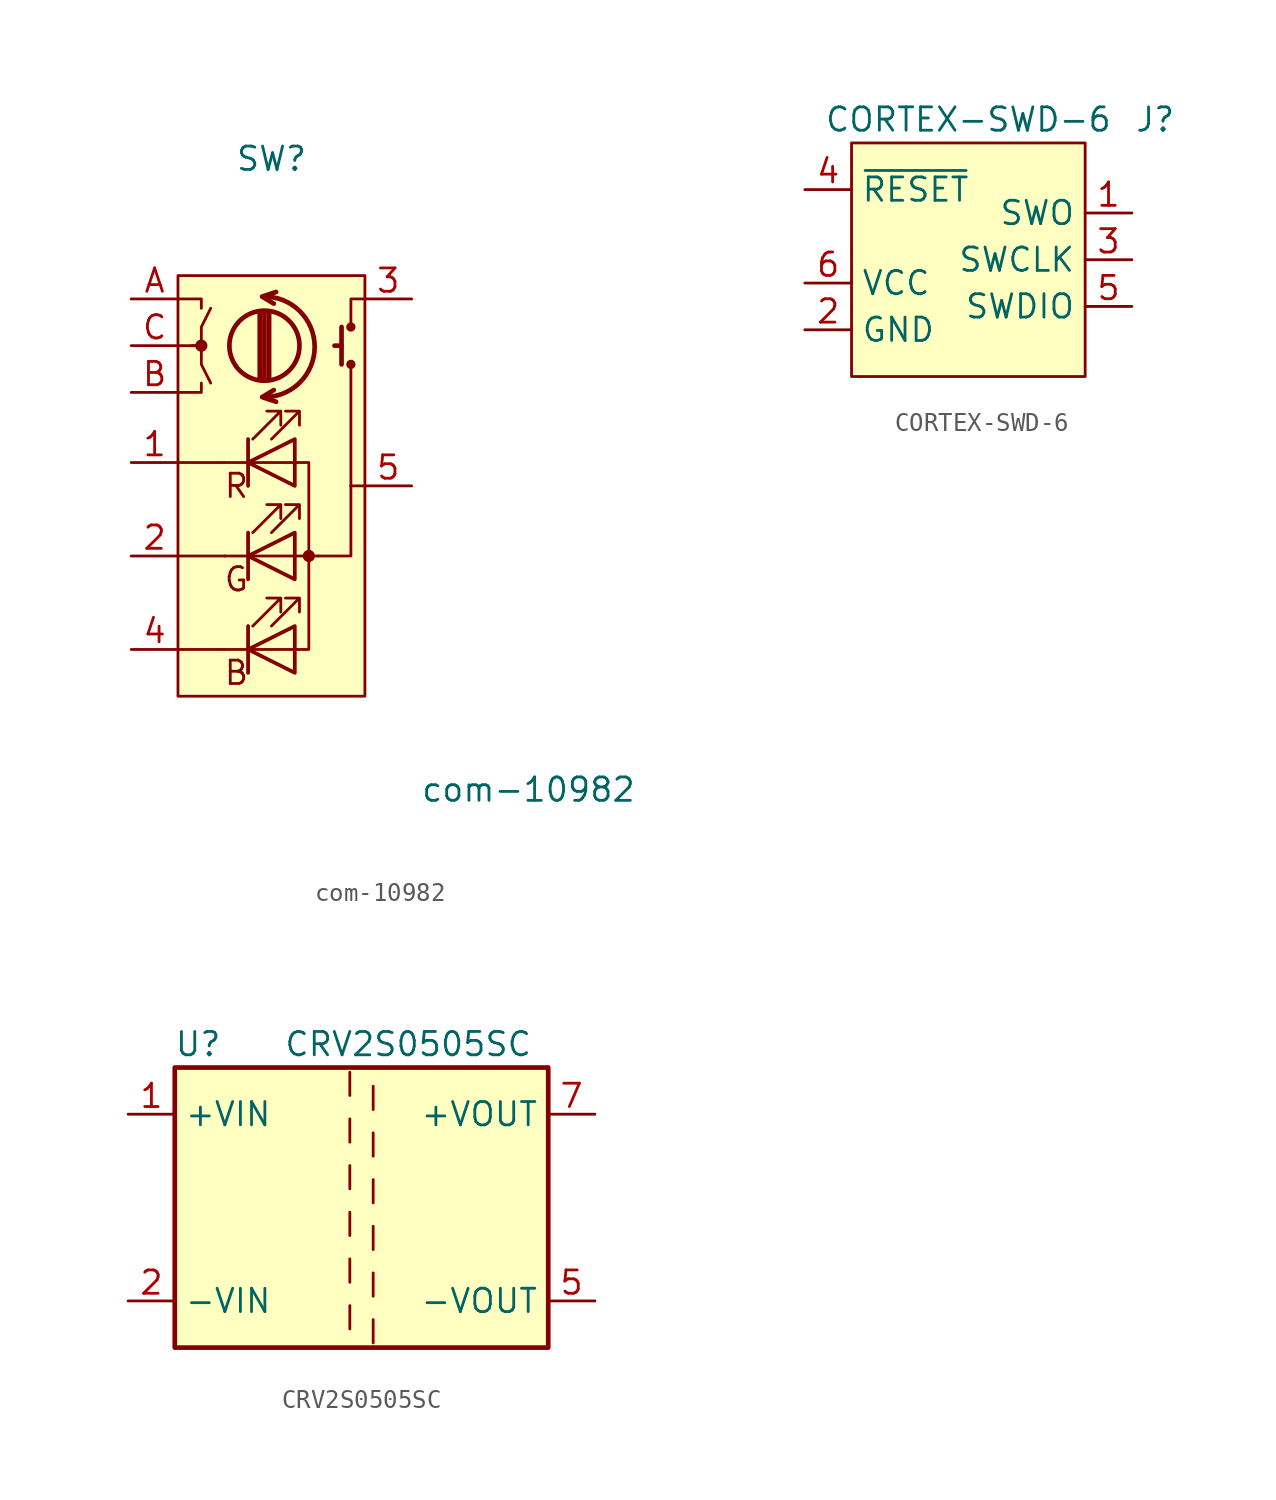
<source format=kicad_sym>
(kicad_symbol_lib
  (version 20211014)
  (generator kicad_symbol_editor)
  (symbol "ownLib:com-10982"
    (pin_names
      (offset 1.016) hide)
    (property "Reference" "SW"
      (at 0 10.16 0)
      (effects (font (size 1.27 1.27))))
    (property "Value" "com-10982"
      (at 13.97 -24.13 0)
      (effects (font (size 1.27 1.27))))
    (symbol "com-10982_0_1"
      (polyline (pts (xy -5.08 -16.51) (xy -2.54 -16.51)) (stroke (width 0) (type default) (color 0 0 0 0)) (fill (type none)))
      (polyline (pts (xy -5.08 -11.43) (xy -2.54 -11.43)) (stroke (width 0) (type default) (color 0 0 0 0)) (fill (type none)))
      (polyline (pts (xy -5.08 -6.35) (xy -2.54 -6.35)) (stroke (width 0) (type default) (color 0 0 0 0)) (fill (type none)))
      (polyline (pts (xy 4.318 -1.016) (xy 4.318 -7.62)) (stroke (width 0) (type default) (color 0 0 0 0)) (fill (type none)))
      (polyline (pts (xy 5.08 -7.62) (xy 4.318 -7.62)) (stroke (width 0) (type default) (color 0 0 0 0)) (fill (type none)))
      (polyline (pts (xy 2.54 -11.43) (xy 4.318 -11.43) (xy 4.318 -7.62)) (stroke (width 0) (type default) (color 0 0 0 0)) (fill (type none)))
      (rectangle (start 5.08 3.81) (end -5.08 -19.05) (stroke (width 0) (type default) (color 0 0 0 0)) (fill (type background))))
    (symbol "com-10982_1_1"
      (circle (center -3.81 0) (radius 0.254) (stroke (width 0) (type default) (color 0 0 0 0)) (fill (type outline)))
      (arc (start -0.381 -2.794) (mid 2.3622 -0.0635) (end -0.381 2.667) (stroke (width 0.254) (type default) (color 0 0 0 0)) (fill (type none)))
      (circle (center -0.381 0) (radius 1.905) (stroke (width 0.254) (type default) (color 0 0 0 0)) (fill (type none)))
      (polyline (pts (xy -2.54 -16.51) (xy 1.27 -16.51)) (stroke (width 0) (type default) (color 0 0 0 0)) (fill (type none)))
      (polyline (pts (xy -1.27 -15.24) (xy -1.27 -17.78)) (stroke (width 0.203) (type default) (color 0 0 0 0)) (fill (type none)))
      (polyline (pts (xy -1.27 -10.16) (xy -1.27 -12.7)) (stroke (width 0.203) (type default) (color 0 0 0 0)) (fill (type none)))
      (polyline (pts (xy -1.27 -5.08) (xy -1.27 -7.62)) (stroke (width 0.203) (type default) (color 0 0 0 0)) (fill (type none)))
      (polyline (pts (xy -0.635 -1.778) (xy -0.635 1.778)) (stroke (width 0.254) (type default) (color 0 0 0 0)) (fill (type none)))
      (polyline (pts (xy -0.381 -1.778) (xy -0.381 1.778)) (stroke (width 0.254) (type default) (color 0 0 0 0)) (fill (type none)))
      (polyline (pts (xy -0.127 1.778) (xy -0.127 -1.778)) (stroke (width 0.254) (type default) (color 0 0 0 0)) (fill (type none)))
      (polyline (pts (xy 1.27 -6.35) (xy -2.54 -6.35)) (stroke (width 0) (type default) (color 0 0 0 0)) (fill (type none)))
      (polyline (pts (xy 2.54 -11.43) (xy -2.54 -11.43)) (stroke (width 0) (type default) (color 0 0 0 0)) (fill (type none)))
      (polyline (pts (xy 3.81 0) (xy 3.429 0)) (stroke (width 0.254) (type default) (color 0 0 0 0)) (fill (type none)))
      (polyline (pts (xy 3.81 1.016) (xy 3.81 -1.016)) (stroke (width 0.254) (type default) (color 0 0 0 0)) (fill (type none)))
      (polyline (pts (xy -5.08 -2.54) (xy -3.81 -2.54) (xy -3.81 -2.032)) (stroke (width 0) (type default) (color 0 0 0 0)) (fill (type none)))
      (polyline (pts (xy -5.08 2.54) (xy -3.81 2.54) (xy -3.81 2.032)) (stroke (width 0) (type default) (color 0 0 0 0)) (fill (type none)))
      (polyline (pts (xy 0.254 -3.048) (xy -0.508 -2.794) (xy 0.127 -2.413)) (stroke (width 0.254) (type default) (color 0 0 0 0)) (fill (type none)))
      (polyline (pts (xy 0.254 2.921) (xy -0.508 2.667) (xy 0.127 2.286)) (stroke (width 0.254) (type default) (color 0 0 0 0)) (fill (type none)))
      (polyline (pts (xy 5.08 2.54) (xy 4.318 2.54) (xy 4.318 1.016)) (stroke (width 0) (type default) (color 0 0 0 0)) (fill (type none)))
      (polyline (pts (xy -5.08 0) (xy -3.81 0) (xy -3.81 -1.016) (xy -3.302 -2.032)) (stroke (width 0) (type default) (color 0 0 0 0)) (fill (type none)))
      (polyline (pts (xy -4.318 0) (xy -3.81 0) (xy -3.81 1.016) (xy -3.302 2.032)) (stroke (width 0) (type default) (color 0 0 0 0)) (fill (type none)))
      (polyline (pts (xy 1.27 -16.51) (xy 2.032 -16.51) (xy 2.032 -6.35) (xy 1.27 -6.35)) (stroke (width 0) (type default) (color 0 0 0 0)) (fill (type none)))
      (polyline (pts (xy 1.27 -15.24) (xy 1.27 -17.78) (xy -1.27 -16.51) (xy 1.27 -15.24)) (stroke (width 0.203) (type default) (color 0 0 0 0)) (fill (type none)))
      (polyline (pts (xy 1.27 -10.16) (xy 1.27 -12.7) (xy -1.27 -11.43) (xy 1.27 -10.16)) (stroke (width 0.203) (type default) (color 0 0 0 0)) (fill (type none)))
      (polyline (pts (xy 1.27 -5.08) (xy 1.27 -7.62) (xy -1.27 -6.35) (xy 1.27 -5.08)) (stroke (width 0.203) (type default) (color 0 0 0 0)) (fill (type none)))
      (polyline (pts (xy -1.016 -15.24) (xy 0.508 -13.716) (xy -0.254 -13.716) (xy 0.508 -13.716) (xy 0.508 -14.478)) (stroke (width 0) (type default) (color 0 0 0 0)) (fill (type none)))
      (polyline (pts (xy -1.016 -10.16) (xy 0.508 -8.636) (xy -0.254 -8.636) (xy 0.508 -8.636) (xy 0.508 -9.398)) (stroke (width 0) (type default) (color 0 0 0 0)) (fill (type none)))
      (polyline (pts (xy -1.016 -5.08) (xy 0.508 -3.556) (xy -0.254 -3.556) (xy 0.508 -3.556) (xy 0.508 -4.318)) (stroke (width 0) (type default) (color 0 0 0 0)) (fill (type none)))
      (polyline (pts (xy 0 -15.24) (xy 1.524 -13.716) (xy 0.762 -13.716) (xy 1.524 -13.716) (xy 1.524 -14.478)) (stroke (width 0) (type default) (color 0 0 0 0)) (fill (type none)))
      (polyline (pts (xy 0 -10.16) (xy 1.524 -8.636) (xy 0.762 -8.636) (xy 1.524 -8.636) (xy 1.524 -9.398)) (stroke (width 0) (type default) (color 0 0 0 0)) (fill (type none)))
      (polyline (pts (xy 0 -5.08) (xy 1.524 -3.556) (xy 0.762 -3.556) (xy 1.524 -3.556) (xy 1.524 -4.318)) (stroke (width 0) (type default) (color 0 0 0 0)) (fill (type none)))
      (rectangle (start 1.27 -5.08) (end 1.27 -5.08) (stroke (width 0) (type default) (color 0 0 0 0)) (fill (type none)))
      (circle (center 2.032 -11.43) (radius 0.254) (stroke (width 0) (type default) (color 0 0 0 0)) (fill (type outline)))
      (circle (center 4.318 -1.016) (radius 0.127) (stroke (width 0.254) (type default) (color 0 0 0 0)) (fill (type none)))
      (circle (center 4.318 1.016) (radius 0.127) (stroke (width 0.254) (type default) (color 0 0 0 0)) (fill (type none)))
      (text "B" (at -1.905 -17.78 0) (effects (font (size 1.27 1.27))))
      (text "G" (at -1.905 -12.7 0) (effects (font (size 1.27 1.27))))
      (text "R" (at -1.905 -7.62 0) (effects (font (size 1.27 1.27))))
      (pin passive line (at -7.62 -6.35 0) (length 2.54) (name "R" (effects (font (size 1.27 1.27)))) (number "1" (effects (font (size 1.27 1.27)))))
      (pin passive line (at -7.62 -11.43 0) (length 2.54) (name "G" (effects (font (size 1.27 1.27)))) (number "2" (effects (font (size 1.27 1.27)))))
      (pin passive line (at 7.62 2.54 180) (length 2.54) (name "SW" (effects (font (size 1.27 1.27)))) (number "3" (effects (font (size 1.27 1.27)))))
      (pin passive line (at -7.62 -16.51 0) (length 2.54) (name "B" (effects (font (size 1.27 1.27)))) (number "4" (effects (font (size 1.27 1.27)))))
      (pin passive line (at 7.62 -7.62 180) (length 2.54) (name "+" (effects (font (size 1.27 1.27)))) (number "5" (effects (font (size 1.27 1.27)))))
      (pin passive line (at -7.62 2.54 0) (length 2.54) (name "A" (effects (font (size 1.27 1.27)))) (number "A" (effects (font (size 1.27 1.27)))))
      (pin passive line (at -7.62 -2.54 0) (length 2.54) (name "B" (effects (font (size 1.27 1.27)))) (number "B" (effects (font (size 1.27 1.27)))))
      (pin passive line (at -7.62 0 0) (length 2.54) (name "C" (effects (font (size 1.27 1.27)))) (number "C" (effects (font (size 1.27 1.27)))))))
  (symbol "ownLib:CORTEX-SWD-6"
    (property "Reference" "J"
      (at 10.16 6.35 0)
      (effects (font (size 1.27 1.27))))
    (property "Value" "CORTEX-SWD-6"
      (at 0 6.35 0)
      (effects (font (size 1.27 1.27))))
    (symbol "CORTEX-SWD-6_0_0"
      (pin bidirectional line (at 8.89 1.27 180) (length 2.54) (name "SWO" (effects (font (size 1.27 1.27)))) (number "1" (effects (font (size 1.27 1.27)))))
      (pin power_in line (at -8.89 -5.08 0) (length 2.54) (name "GND" (effects (font (size 1.27 1.27)))) (number "2" (effects (font (size 1.27 1.27)))))
      (pin bidirectional line (at 8.89 -1.27 180) (length 2.54) (name "SWCLK" (effects (font (size 1.27 1.27)))) (number "3" (effects (font (size 1.27 1.27)))))
      (pin output line (at -8.89 2.54 0) (length 2.54) (name "~{RESET}" (effects (font (size 1.27 1.27)))) (number "4" (effects (font (size 1.27 1.27)))))
      (pin bidirectional line (at 8.89 -3.81 180) (length 2.54) (name "SWDIO" (effects (font (size 1.27 1.27)))) (number "5" (effects (font (size 1.27 1.27)))))
      (pin power_in line (at -8.89 -2.54 0) (length 2.54) (name "VCC" (effects (font (size 1.27 1.27)))) (number "6" (effects (font (size 1.27 1.27))))))
    (symbol "CORTEX-SWD-6_0_1"
      (rectangle (start -6.35 5.08) (end 6.35 -7.62) (stroke (width 0.152) (type default) (color 0 0 0 0)) (fill (type background)))))
  (symbol "ownLib:CRV2S0505SC"
    (property "Reference" "U"
      (at -8.89 8.89 0)
      (effects (font (size 1.27 1.27))))
    (property "Value" "CRV2S0505SC"
      (at 2.54 8.89 0)
      (effects (font (size 1.27 1.27))))
    (symbol "CRV2S0505SC_0_1"
      (rectangle (start -10.16 7.62) (end 10.16 -7.62) (stroke (width 0.254) (type default) (color 0 0 0 0)) (fill (type background)))
      (polyline (pts (xy -0.635 -5.334) (xy -0.635 -6.604)) (stroke (width 0) (type default) (color 0 0 0 0)) (fill (type none)))
      (polyline (pts (xy -0.635 -2.794) (xy -0.635 -4.064)) (stroke (width 0) (type default) (color 0 0 0 0)) (fill (type none)))
      (polyline (pts (xy -0.635 -0.254) (xy -0.635 -1.524)) (stroke (width 0) (type default) (color 0 0 0 0)) (fill (type none)))
      (polyline (pts (xy -0.635 2.286) (xy -0.635 1.016)) (stroke (width 0) (type default) (color 0 0 0 0)) (fill (type none)))
      (polyline (pts (xy -0.635 4.826) (xy -0.635 3.556)) (stroke (width 0) (type default) (color 0 0 0 0)) (fill (type none)))
      (polyline (pts (xy -0.635 7.366) (xy -0.635 6.096)) (stroke (width 0) (type default) (color 0 0 0 0)) (fill (type none)))
      (polyline (pts (xy 0.635 -7.366) (xy 0.635 -6.096)) (stroke (width 0) (type default) (color 0 0 0 0)) (fill (type none)))
      (polyline (pts (xy 0.635 -4.826) (xy 0.635 -3.556)) (stroke (width 0) (type default) (color 0 0 0 0)) (fill (type none)))
      (polyline (pts (xy 0.635 -2.286) (xy 0.635 -1.016)) (stroke (width 0) (type default) (color 0 0 0 0)) (fill (type none)))
      (polyline (pts (xy 0.635 0.254) (xy 0.635 1.524)) (stroke (width 0) (type default) (color 0 0 0 0)) (fill (type none)))
      (polyline (pts (xy 0.635 2.794) (xy 0.635 4.064)) (stroke (width 0) (type default) (color 0 0 0 0)) (fill (type none)))
      (polyline (pts (xy 0.635 5.334) (xy 0.635 6.604)) (stroke (width 0) (type default) (color 0 0 0 0)) (fill (type none))))
    (symbol "CRV2S0505SC_1_1"
      (pin power_in line (at -12.7 5.08 0) (length 2.54) (name "+VIN" (effects (font (size 1.27 1.27)))) (number "1" (effects (font (size 1.27 1.27)))))
      (pin power_in line (at -12.7 -5.08 0) (length 2.54) (name "-VIN" (effects (font (size 1.27 1.27)))) (number "2" (effects (font (size 1.27 1.27)))))
      (pin power_out line (at 12.7 -5.08 180) (length 2.54) (name "-VOUT" (effects (font (size 1.27 1.27)))) (number "5" (effects (font (size 1.27 1.27)))))
      (pin power_out line (at 12.7 5.08 180) (length 2.54) (name "+VOUT" (effects (font (size 1.27 1.27)))) (number "7" (effects (font (size 1.27 1.27))))))))
</source>
